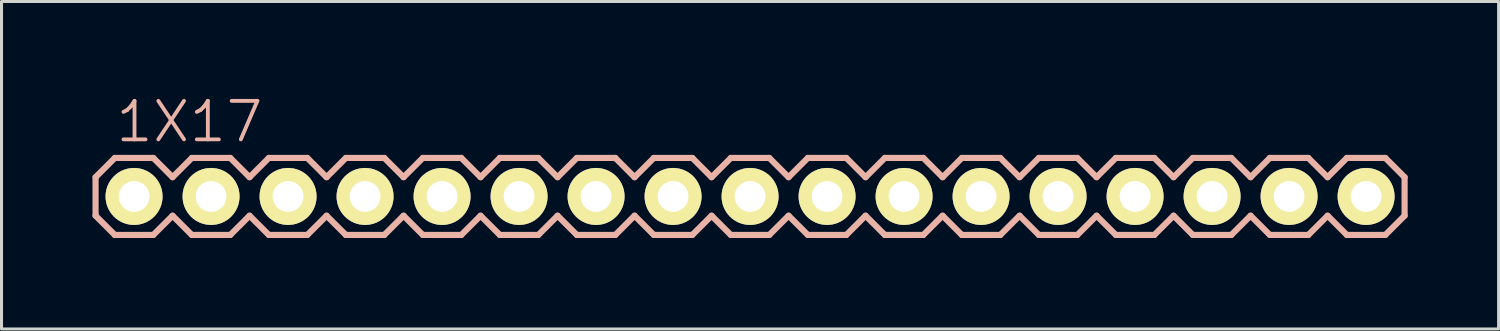
<source format=kicad_pcb>
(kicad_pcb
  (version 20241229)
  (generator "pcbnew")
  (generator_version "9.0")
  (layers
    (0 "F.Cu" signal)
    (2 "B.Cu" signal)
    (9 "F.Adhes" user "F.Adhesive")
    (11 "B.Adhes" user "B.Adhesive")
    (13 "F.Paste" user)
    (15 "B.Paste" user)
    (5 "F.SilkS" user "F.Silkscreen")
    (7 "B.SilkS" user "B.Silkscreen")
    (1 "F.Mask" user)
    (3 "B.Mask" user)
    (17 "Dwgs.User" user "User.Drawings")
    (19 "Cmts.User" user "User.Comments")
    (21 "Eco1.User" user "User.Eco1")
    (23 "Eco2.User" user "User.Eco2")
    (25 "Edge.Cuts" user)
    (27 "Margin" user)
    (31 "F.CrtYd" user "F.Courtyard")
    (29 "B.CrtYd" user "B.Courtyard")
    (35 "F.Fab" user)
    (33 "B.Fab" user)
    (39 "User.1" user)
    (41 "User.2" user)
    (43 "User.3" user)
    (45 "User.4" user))
  (footprint "1X17"
    (layer "F.Cu")
    (at 1.372 3.43)
    (property "Reference" "1X17" (at 1.829 -2.464 0) (layer "B.SilkS") (effects (font (size 1.27 1.27) (thickness 0.127))))
    (attr exclude_from_pos_files exclude_from_bom)
    (fp_line (start -0.254 -0.254) (end 0.254 -0.254) (stroke (width 0.066) (type solid)) (layer "F.SilkS"))
    (fp_line (start -0.254 0.254) (end -0.254 -0.254) (stroke (width 0.066) (type solid)) (layer "F.SilkS"))
    (fp_line (start -0.254 0.254) (end 0.254 0.254) (stroke (width 0.066) (type solid)) (layer "F.SilkS"))
    (fp_line (start 0.254 0.254) (end 0.254 -0.254) (stroke (width 0.066) (type solid)) (layer "F.SilkS"))
    (fp_line (start 2.286 -0.254) (end 2.794 -0.254) (stroke (width 0.066) (type solid)) (layer "F.SilkS"))
    (fp_line (start 2.286 0.254) (end 2.286 -0.254) (stroke (width 0.066) (type solid)) (layer "F.SilkS"))
    (fp_line (start 2.286 0.254) (end 2.794 0.254) (stroke (width 0.066) (type solid)) (layer "F.SilkS"))
    (fp_line (start 2.794 0.254) (end 2.794 -0.254) (stroke (width 0.066) (type solid)) (layer "F.SilkS"))
    (fp_line (start 4.826 -0.254) (end 5.334 -0.254) (stroke (width 0.066) (type solid)) (layer "F.SilkS"))
    (fp_line (start 4.826 0.254) (end 4.826 -0.254) (stroke (width 0.066) (type solid)) (layer "F.SilkS"))
    (fp_line (start 4.826 0.254) (end 5.334 0.254) (stroke (width 0.066) (type solid)) (layer "F.SilkS"))
    (fp_line (start 5.334 0.254) (end 5.334 -0.254) (stroke (width 0.066) (type solid)) (layer "F.SilkS"))
    (fp_line (start 7.366 -0.254) (end 7.874 -0.254) (stroke (width 0.066) (type solid)) (layer "F.SilkS"))
    (fp_line (start 7.366 0.254) (end 7.366 -0.254) (stroke (width 0.066) (type solid)) (layer "F.SilkS"))
    (fp_line (start 7.366 0.254) (end 7.874 0.254) (stroke (width 0.066) (type solid)) (layer "F.SilkS"))
    (fp_line (start 7.874 0.254) (end 7.874 -0.254) (stroke (width 0.066) (type solid)) (layer "F.SilkS"))
    (fp_line (start 9.906 -0.254) (end 10.414 -0.254) (stroke (width 0.066) (type solid)) (layer "F.SilkS"))
    (fp_line (start 9.906 0.254) (end 9.906 -0.254) (stroke (width 0.066) (type solid)) (layer "F.SilkS"))
    (fp_line (start 9.906 0.254) (end 10.414 0.254) (stroke (width 0.066) (type solid)) (layer "F.SilkS"))
    (fp_line (start 10.414 0.254) (end 10.414 -0.254) (stroke (width 0.066) (type solid)) (layer "F.SilkS"))
    (fp_line (start 12.446 -0.254) (end 12.954 -0.254) (stroke (width 0.066) (type solid)) (layer "F.SilkS"))
    (fp_line (start 12.446 0.254) (end 12.446 -0.254) (stroke (width 0.066) (type solid)) (layer "F.SilkS"))
    (fp_line (start 12.446 0.254) (end 12.954 0.254) (stroke (width 0.066) (type solid)) (layer "F.SilkS"))
    (fp_line (start 12.954 0.254) (end 12.954 -0.254) (stroke (width 0.066) (type solid)) (layer "F.SilkS"))
    (fp_line (start 14.986 -0.254) (end 15.494 -0.254) (stroke (width 0.066) (type solid)) (layer "F.SilkS"))
    (fp_line (start 14.986 0.254) (end 14.986 -0.254) (stroke (width 0.066) (type solid)) (layer "F.SilkS"))
    (fp_line (start 14.986 0.254) (end 15.494 0.254) (stroke (width 0.066) (type solid)) (layer "F.SilkS"))
    (fp_line (start 15.494 0.254) (end 15.494 -0.254) (stroke (width 0.066) (type solid)) (layer "F.SilkS"))
    (fp_line (start 17.523 -0.254) (end 18.034 -0.254) (stroke (width 0.066) (type solid)) (layer "F.SilkS"))
    (fp_line (start 17.523 0.254) (end 17.523 -0.254) (stroke (width 0.066) (type solid)) (layer "F.SilkS"))
    (fp_line (start 17.523 0.254) (end 18.034 0.254) (stroke (width 0.066) (type solid)) (layer "F.SilkS"))
    (fp_line (start 18.034 0.254) (end 18.034 -0.254) (stroke (width 0.066) (type solid)) (layer "F.SilkS"))
    (fp_line (start 20.066 -0.254) (end 20.574 -0.254) (stroke (width 0.066) (type solid)) (layer "F.SilkS"))
    (fp_line (start 20.066 0.254) (end 20.066 -0.254) (stroke (width 0.066) (type solid)) (layer "F.SilkS"))
    (fp_line (start 20.066 0.254) (end 20.574 0.254) (stroke (width 0.066) (type solid)) (layer "F.SilkS"))
    (fp_line (start 20.574 0.254) (end 20.574 -0.254) (stroke (width 0.066) (type solid)) (layer "F.SilkS"))
    (fp_line (start 22.606 -0.254) (end 23.114 -0.254) (stroke (width 0.066) (type solid)) (layer "F.SilkS"))
    (fp_line (start 22.606 0.254) (end 22.606 -0.254) (stroke (width 0.066) (type solid)) (layer "F.SilkS"))
    (fp_line (start 22.606 0.254) (end 23.114 0.254) (stroke (width 0.066) (type solid)) (layer "F.SilkS"))
    (fp_line (start 23.114 0.254) (end 23.114 -0.254) (stroke (width 0.066) (type solid)) (layer "F.SilkS"))
    (fp_line (start 25.146 -0.254) (end 25.654 -0.254) (stroke (width 0.066) (type solid)) (layer "F.SilkS"))
    (fp_line (start 25.146 0.254) (end 25.146 -0.254) (stroke (width 0.066) (type solid)) (layer "F.SilkS"))
    (fp_line (start 25.146 0.254) (end 25.654 0.254) (stroke (width 0.066) (type solid)) (layer "F.SilkS"))
    (fp_line (start 25.654 0.254) (end 25.654 -0.254) (stroke (width 0.066) (type solid)) (layer "F.SilkS"))
    (fp_line (start 27.686 -0.254) (end 28.194 -0.254) (stroke (width 0.066) (type solid)) (layer "F.SilkS"))
    (fp_line (start 27.686 0.254) (end 27.686 -0.254) (stroke (width 0.066) (type solid)) (layer "F.SilkS"))
    (fp_line (start 27.686 0.254) (end 28.194 0.254) (stroke (width 0.066) (type solid)) (layer "F.SilkS"))
    (fp_line (start 28.194 0.254) (end 28.194 -0.254) (stroke (width 0.066) (type solid)) (layer "F.SilkS"))
    (fp_line (start 30.226 -0.254) (end 30.734 -0.254) (stroke (width 0.066) (type solid)) (layer "F.SilkS"))
    (fp_line (start 30.226 0.254) (end 30.226 -0.254) (stroke (width 0.066) (type solid)) (layer "F.SilkS"))
    (fp_line (start 30.226 0.254) (end 30.734 0.254) (stroke (width 0.066) (type solid)) (layer "F.SilkS"))
    (fp_line (start 30.734 0.254) (end 30.734 -0.254) (stroke (width 0.066) (type solid)) (layer "F.SilkS"))
    (fp_line (start 32.766 -0.254) (end 33.274 -0.254) (stroke (width 0.066) (type solid)) (layer "F.SilkS"))
    (fp_line (start 32.766 0.254) (end 32.766 -0.254) (stroke (width 0.066) (type solid)) (layer "F.SilkS"))
    (fp_line (start 32.766 0.254) (end 33.274 0.254) (stroke (width 0.066) (type solid)) (layer "F.SilkS"))
    (fp_line (start 33.274 0.254) (end 33.274 -0.254) (stroke (width 0.066) (type solid)) (layer "F.SilkS"))
    (fp_line (start 35.303 -0.254) (end 35.814 -0.254) (stroke (width 0.066) (type solid)) (layer "F.SilkS"))
    (fp_line (start 35.303 0.254) (end 35.303 -0.254) (stroke (width 0.066) (type solid)) (layer "F.SilkS"))
    (fp_line (start 35.303 0.254) (end 35.814 0.254) (stroke (width 0.066) (type solid)) (layer "F.SilkS"))
    (fp_line (start 35.814 0.254) (end 35.814 -0.254) (stroke (width 0.066) (type solid)) (layer "F.SilkS"))
    (fp_line (start 37.846 -0.254) (end 38.354 -0.254) (stroke (width 0.066) (type solid)) (layer "F.SilkS"))
    (fp_line (start 37.846 0.254) (end 37.846 -0.254) (stroke (width 0.066) (type solid)) (layer "F.SilkS"))
    (fp_line (start 37.846 0.254) (end 38.354 0.254) (stroke (width 0.066) (type solid)) (layer "F.SilkS"))
    (fp_line (start 38.354 0.254) (end 38.354 -0.254) (stroke (width 0.066) (type solid)) (layer "F.SilkS"))
    (fp_line (start 40.386 -0.254) (end 40.894 -0.254) (stroke (width 0.066) (type solid)) (layer "F.SilkS"))
    (fp_line (start 40.386 0.254) (end 40.386 -0.254) (stroke (width 0.066) (type solid)) (layer "F.SilkS"))
    (fp_line (start 40.386 0.254) (end 40.894 0.254) (stroke (width 0.066) (type solid)) (layer "F.SilkS"))
    (fp_line (start 40.894 0.254) (end 40.894 -0.254) (stroke (width 0.066) (type solid)) (layer "F.SilkS"))
    (fp_line (start -1.27 -0.635) (end -1.27 0.635) (stroke (width 0.203) (type solid)) (layer "B.SilkS"))
    (fp_line (start -1.27 0.635) (end -0.635 1.27) (stroke (width 0.203) (type solid)) (layer "B.SilkS"))
    (fp_line (start -0.635 -1.27) (end -1.27 -0.635) (stroke (width 0.203) (type solid)) (layer "B.SilkS"))
    (fp_line (start -0.635 -1.27) (end 0.635 -1.27) (stroke (width 0.203) (type solid)) (layer "B.SilkS"))
    (fp_line (start 0.635 -1.27) (end 1.27 -0.635) (stroke (width 0.203) (type solid)) (layer "B.SilkS"))
    (fp_line (start 0.635 1.27) (end -0.635 1.27) (stroke (width 0.203) (type solid)) (layer "B.SilkS"))
    (fp_line (start 1.27 -0.635) (end 1.905 -1.27) (stroke (width 0.203) (type solid)) (layer "B.SilkS"))
    (fp_line (start 1.27 0.635) (end 0.635 1.27) (stroke (width 0.203) (type solid)) (layer "B.SilkS"))
    (fp_line (start 1.905 -1.27) (end 3.175 -1.27) (stroke (width 0.203) (type solid)) (layer "B.SilkS"))
    (fp_line (start 1.905 1.27) (end 1.27 0.635) (stroke (width 0.203) (type solid)) (layer "B.SilkS"))
    (fp_line (start 3.175 -1.27) (end 3.81 -0.635) (stroke (width 0.203) (type solid)) (layer "B.SilkS"))
    (fp_line (start 3.175 1.27) (end 1.905 1.27) (stroke (width 0.203) (type solid)) (layer "B.SilkS"))
    (fp_line (start 3.81 -0.635) (end 4.445 -1.27) (stroke (width 0.203) (type solid)) (layer "B.SilkS"))
    (fp_line (start 3.81 0.635) (end 3.175 1.27) (stroke (width 0.203) (type solid)) (layer "B.SilkS"))
    (fp_line (start 4.445 -1.27) (end 5.715 -1.27) (stroke (width 0.203) (type solid)) (layer "B.SilkS"))
    (fp_line (start 4.445 1.27) (end 3.81 0.635) (stroke (width 0.203) (type solid)) (layer "B.SilkS"))
    (fp_line (start 5.715 -1.27) (end 6.35 -0.635) (stroke (width 0.203) (type solid)) (layer "B.SilkS"))
    (fp_line (start 5.715 1.27) (end 4.445 1.27) (stroke (width 0.203) (type solid)) (layer "B.SilkS"))
    (fp_line (start 6.35 0.635) (end 5.715 1.27) (stroke (width 0.203) (type solid)) (layer "B.SilkS"))
    (fp_line (start 6.35 0.635) (end 6.985 1.27) (stroke (width 0.203) (type solid)) (layer "B.SilkS"))
    (fp_line (start 6.985 -1.27) (end 6.35 -0.635) (stroke (width 0.203) (type solid)) (layer "B.SilkS"))
    (fp_line (start 6.985 -1.27) (end 8.255 -1.27) (stroke (width 0.203) (type solid)) (layer "B.SilkS"))
    (fp_line (start 8.255 -1.27) (end 8.89 -0.635) (stroke (width 0.203) (type solid)) (layer "B.SilkS"))
    (fp_line (start 8.255 1.27) (end 6.985 1.27) (stroke (width 0.203) (type solid)) (layer "B.SilkS"))
    (fp_line (start 8.89 -0.635) (end 9.525 -1.27) (stroke (width 0.203) (type solid)) (layer "B.SilkS"))
    (fp_line (start 8.89 0.635) (end 8.255 1.27) (stroke (width 0.203) (type solid)) (layer "B.SilkS"))
    (fp_line (start 9.525 -1.27) (end 10.795 -1.27) (stroke (width 0.203) (type solid)) (layer "B.SilkS"))
    (fp_line (start 9.525 1.27) (end 8.89 0.635) (stroke (width 0.203) (type solid)) (layer "B.SilkS"))
    (fp_line (start 10.795 -1.27) (end 11.43 -0.635) (stroke (width 0.203) (type solid)) (layer "B.SilkS"))
    (fp_line (start 10.795 1.27) (end 9.525 1.27) (stroke (width 0.203) (type solid)) (layer "B.SilkS"))
    (fp_line (start 11.43 -0.635) (end 12.065 -1.27) (stroke (width 0.203) (type solid)) (layer "B.SilkS"))
    (fp_line (start 11.43 0.635) (end 10.795 1.27) (stroke (width 0.203) (type solid)) (layer "B.SilkS"))
    (fp_line (start 12.065 -1.27) (end 13.335 -1.27) (stroke (width 0.203) (type solid)) (layer "B.SilkS"))
    (fp_line (start 12.065 1.27) (end 11.43 0.635) (stroke (width 0.203) (type solid)) (layer "B.SilkS"))
    (fp_line (start 13.335 -1.27) (end 13.97 -0.635) (stroke (width 0.203) (type solid)) (layer "B.SilkS"))
    (fp_line (start 13.335 1.27) (end 12.065 1.27) (stroke (width 0.203) (type solid)) (layer "B.SilkS"))
    (fp_line (start 13.97 0.635) (end 13.335 1.27) (stroke (width 0.203) (type solid)) (layer "B.SilkS"))
    (fp_line (start 13.97 0.635) (end 14.605 1.27) (stroke (width 0.203) (type solid)) (layer "B.SilkS"))
    (fp_line (start 14.605 -1.27) (end 13.97 -0.635) (stroke (width 0.203) (type solid)) (layer "B.SilkS"))
    (fp_line (start 14.605 -1.27) (end 15.875 -1.27) (stroke (width 0.203) (type solid)) (layer "B.SilkS"))
    (fp_line (start 15.875 -1.27) (end 16.51 -0.635) (stroke (width 0.203) (type solid)) (layer "B.SilkS"))
    (fp_line (start 15.875 1.27) (end 14.605 1.27) (stroke (width 0.203) (type solid)) (layer "B.SilkS"))
    (fp_line (start 16.51 0.635) (end 15.875 1.27) (stroke (width 0.203) (type solid)) (layer "B.SilkS"))
    (fp_line (start 16.51 0.635) (end 17.145 1.27) (stroke (width 0.203) (type solid)) (layer "B.SilkS"))
    (fp_line (start 17.145 -1.27) (end 16.51 -0.635) (stroke (width 0.203) (type solid)) (layer "B.SilkS"))
    (fp_line (start 17.145 -1.27) (end 18.415 -1.27) (stroke (width 0.203) (type solid)) (layer "B.SilkS"))
    (fp_line (start 18.415 -1.27) (end 19.05 -0.635) (stroke (width 0.203) (type solid)) (layer "B.SilkS"))
    (fp_line (start 18.415 1.27) (end 17.145 1.27) (stroke (width 0.203) (type solid)) (layer "B.SilkS"))
    (fp_line (start 19.05 -0.635) (end 19.685 -1.27) (stroke (width 0.203) (type solid)) (layer "B.SilkS"))
    (fp_line (start 19.05 0.635) (end 18.415 1.27) (stroke (width 0.203) (type solid)) (layer "B.SilkS"))
    (fp_line (start 19.685 -1.27) (end 20.955 -1.27) (stroke (width 0.203) (type solid)) (layer "B.SilkS"))
    (fp_line (start 19.685 1.27) (end 19.05 0.635) (stroke (width 0.203) (type solid)) (layer "B.SilkS"))
    (fp_line (start 20.955 -1.27) (end 21.59 -0.635) (stroke (width 0.203) (type solid)) (layer "B.SilkS"))
    (fp_line (start 20.955 1.27) (end 19.685 1.27) (stroke (width 0.203) (type solid)) (layer "B.SilkS"))
    (fp_line (start 21.59 -0.635) (end 22.225 -1.27) (stroke (width 0.203) (type solid)) (layer "B.SilkS"))
    (fp_line (start 21.59 0.635) (end 20.955 1.27) (stroke (width 0.203) (type solid)) (layer "B.SilkS"))
    (fp_line (start 22.225 -1.27) (end 23.495 -1.27) (stroke (width 0.203) (type solid)) (layer "B.SilkS"))
    (fp_line (start 22.225 1.27) (end 21.59 0.635) (stroke (width 0.203) (type solid)) (layer "B.SilkS"))
    (fp_line (start 23.495 -1.27) (end 24.13 -0.635) (stroke (width 0.203) (type solid)) (layer "B.SilkS"))
    (fp_line (start 23.495 1.27) (end 22.225 1.27) (stroke (width 0.203) (type solid)) (layer "B.SilkS"))
    (fp_line (start 24.13 0.635) (end 23.495 1.27) (stroke (width 0.203) (type solid)) (layer "B.SilkS"))
    (fp_line (start 24.13 0.635) (end 24.765 1.27) (stroke (width 0.203) (type solid)) (layer "B.SilkS"))
    (fp_line (start 24.765 -1.27) (end 24.13 -0.635) (stroke (width 0.203) (type solid)) (layer "B.SilkS"))
    (fp_line (start 24.765 -1.27) (end 26.035 -1.27) (stroke (width 0.203) (type solid)) (layer "B.SilkS"))
    (fp_line (start 26.035 -1.27) (end 26.67 -0.635) (stroke (width 0.203) (type solid)) (layer "B.SilkS"))
    (fp_line (start 26.035 1.27) (end 24.765 1.27) (stroke (width 0.203) (type solid)) (layer "B.SilkS"))
    (fp_line (start 26.67 -0.635) (end 27.305 -1.27) (stroke (width 0.203) (type solid)) (layer "B.SilkS"))
    (fp_line (start 26.67 0.635) (end 26.035 1.27) (stroke (width 0.203) (type solid)) (layer "B.SilkS"))
    (fp_line (start 27.305 -1.27) (end 28.575 -1.27) (stroke (width 0.203) (type solid)) (layer "B.SilkS"))
    (fp_line (start 27.305 1.27) (end 26.67 0.635) (stroke (width 0.203) (type solid)) (layer "B.SilkS"))
    (fp_line (start 28.575 -1.27) (end 29.21 -0.635) (stroke (width 0.203) (type solid)) (layer "B.SilkS"))
    (fp_line (start 28.575 1.27) (end 27.305 1.27) (stroke (width 0.203) (type solid)) (layer "B.SilkS"))
    (fp_line (start 29.21 -0.635) (end 29.845 -1.27) (stroke (width 0.203) (type solid)) (layer "B.SilkS"))
    (fp_line (start 29.21 0.635) (end 28.575 1.27) (stroke (width 0.203) (type solid)) (layer "B.SilkS"))
    (fp_line (start 29.845 -1.27) (end 31.115 -1.27) (stroke (width 0.203) (type solid)) (layer "B.SilkS"))
    (fp_line (start 29.845 1.27) (end 29.21 0.635) (stroke (width 0.203) (type solid)) (layer "B.SilkS"))
    (fp_line (start 31.115 -1.27) (end 31.75 -0.635) (stroke (width 0.203) (type solid)) (layer "B.SilkS"))
    (fp_line (start 31.115 1.27) (end 29.845 1.27) (stroke (width 0.203) (type solid)) (layer "B.SilkS"))
    (fp_line (start 31.75 0.635) (end 31.115 1.27) (stroke (width 0.203) (type solid)) (layer "B.SilkS"))
    (fp_line (start 31.75 0.635) (end 32.385 1.27) (stroke (width 0.203) (type solid)) (layer "B.SilkS"))
    (fp_line (start 32.385 -1.27) (end 31.75 -0.635) (stroke (width 0.203) (type solid)) (layer "B.SilkS"))
    (fp_line (start 32.385 -1.27) (end 33.655 -1.27) (stroke (width 0.203) (type solid)) (layer "B.SilkS"))
    (fp_line (start 33.655 -1.27) (end 34.29 -0.635) (stroke (width 0.203) (type solid)) (layer "B.SilkS"))
    (fp_line (start 33.655 1.27) (end 32.385 1.27) (stroke (width 0.203) (type solid)) (layer "B.SilkS"))
    (fp_line (start 34.29 0.635) (end 33.655 1.27) (stroke (width 0.203) (type solid)) (layer "B.SilkS"))
    (fp_line (start 34.29 0.635) (end 34.925 1.27) (stroke (width 0.203) (type solid)) (layer "B.SilkS"))
    (fp_line (start 34.925 -1.27) (end 34.29 -0.635) (stroke (width 0.203) (type solid)) (layer "B.SilkS"))
    (fp_line (start 34.925 -1.27) (end 36.195 -1.27) (stroke (width 0.203) (type solid)) (layer "B.SilkS"))
    (fp_line (start 36.195 -1.27) (end 36.83 -0.635) (stroke (width 0.203) (type solid)) (layer "B.SilkS"))
    (fp_line (start 36.195 1.27) (end 34.925 1.27) (stroke (width 0.203) (type solid)) (layer "B.SilkS"))
    (fp_line (start 36.83 0.635) (end 36.195 1.27) (stroke (width 0.203) (type solid)) (layer "B.SilkS"))
    (fp_line (start 36.83 0.635) (end 37.465 1.27) (stroke (width 0.203) (type solid)) (layer "B.SilkS"))
    (fp_line (start 37.465 -1.27) (end 36.83 -0.635) (stroke (width 0.203) (type solid)) (layer "B.SilkS"))
    (fp_line (start 37.465 -1.27) (end 38.735 -1.27) (stroke (width 0.203) (type solid)) (layer "B.SilkS"))
    (fp_line (start 38.735 -1.27) (end 39.37 -0.635) (stroke (width 0.203) (type solid)) (layer "B.SilkS"))
    (fp_line (start 38.735 1.27) (end 37.465 1.27) (stroke (width 0.203) (type solid)) (layer "B.SilkS"))
    (fp_line (start 39.37 0.635) (end 38.735 1.27) (stroke (width 0.203) (type solid)) (layer "B.SilkS"))
    (fp_line (start 39.37 0.635) (end 40.005 1.27) (stroke (width 0.203) (type solid)) (layer "B.SilkS"))
    (fp_line (start 40.005 -1.27) (end 39.37 -0.635) (stroke (width 0.203) (type solid)) (layer "B.SilkS"))
    (fp_line (start 40.005 -1.27) (end 41.275 -1.27) (stroke (width 0.203) (type solid)) (layer "B.SilkS"))
    (fp_line (start 41.275 -1.27) (end 41.91 -0.635) (stroke (width 0.203) (type solid)) (layer "B.SilkS"))
    (fp_line (start 41.275 1.27) (end 40.005 1.27) (stroke (width 0.203) (type solid)) (layer "B.SilkS"))
    (fp_line (start 41.91 -0.635) (end 41.91 0.635) (stroke (width 0.203) (type solid)) (layer "B.SilkS"))
    (fp_line (start 41.91 0.635) (end 41.275 1.27) (stroke (width 0.203) (type solid)) (layer "B.SilkS"))
    (pad "1" thru_hole circle (at 0 0) (size 1.88 1.88) (drill 1.016) (layers "*.Cu" "F.Mask" "F.SilkS" "F.Paste"))
    (pad "2" thru_hole circle (at 2.54 0) (size 1.88 1.88) (drill 1.016) (layers "*.Cu" "F.Mask" "F.SilkS" "F.Paste"))
    (pad "3" thru_hole circle (at 5.08 0) (size 1.88 1.88) (drill 1.016) (layers "*.Cu" "F.Mask" "F.SilkS" "F.Paste"))
    (pad "4" thru_hole circle (at 7.62 0) (size 1.88 1.88) (drill 1.016) (layers "*.Cu" "F.Mask" "F.SilkS" "F.Paste"))
    (pad "5" thru_hole circle (at 10.16 0) (size 1.88 1.88) (drill 1.016) (layers "*.Cu" "F.Mask" "F.SilkS" "F.Paste"))
    (pad "6" thru_hole circle (at 12.7 0) (size 1.88 1.88) (drill 1.016) (layers "*.Cu" "F.Mask" "F.SilkS" "F.Paste"))
    (pad "7" thru_hole circle (at 15.24 0) (size 1.88 1.88) (drill 1.016) (layers "*.Cu" "F.Mask" "F.SilkS" "F.Paste"))
    (pad "8" thru_hole circle (at 17.78 0) (size 1.88 1.88) (drill 1.016) (layers "*.Cu" "F.Mask" "F.SilkS" "F.Paste"))
    (pad "9" thru_hole circle (at 20.32 0) (size 1.88 1.88) (drill 1.016) (layers "*.Cu" "F.Mask" "F.SilkS" "F.Paste"))
    (pad "10" thru_hole circle (at 22.86 0) (size 1.88 1.88) (drill 1.016) (layers "*.Cu" "F.Mask" "F.SilkS" "F.Paste"))
    (pad "11" thru_hole circle (at 25.4 0) (size 1.88 1.88) (drill 1.016) (layers "*.Cu" "F.Mask" "F.SilkS" "F.Paste"))
    (pad "12" thru_hole circle (at 27.94 0) (size 1.88 1.88) (drill 1.016) (layers "*.Cu" "F.Mask" "F.SilkS" "F.Paste"))
    (pad "13" thru_hole circle (at 30.48 0) (size 1.88 1.88) (drill 1.016) (layers "*.Cu" "F.Mask" "F.SilkS" "F.Paste"))
    (pad "14" thru_hole circle (at 33.02 0) (size 1.88 1.88) (drill 1.016) (layers "*.Cu" "F.Mask" "F.SilkS" "F.Paste"))
    (pad "15" thru_hole circle (at 35.56 0) (size 1.88 1.88) (drill 1.016) (layers "*.Cu" "F.Mask" "F.SilkS" "F.Paste"))
    (pad "16" thru_hole circle (at 38.1 0) (size 1.88 1.88) (drill 1.016) (layers "*.Cu" "F.Mask" "F.SilkS" "F.Paste"))
    (pad "17" thru_hole circle (at 40.64 0) (size 1.88 1.88) (drill 1.016) (layers "*.Cu" "F.Mask" "F.SilkS" "F.Paste")))
  (gr_rect
    (start -3 -3)
    (end 46.383 7.801)
    (stroke (width 0.1) (type default))
    (fill no)
    (layer "Edge.Cuts")))
</source>
